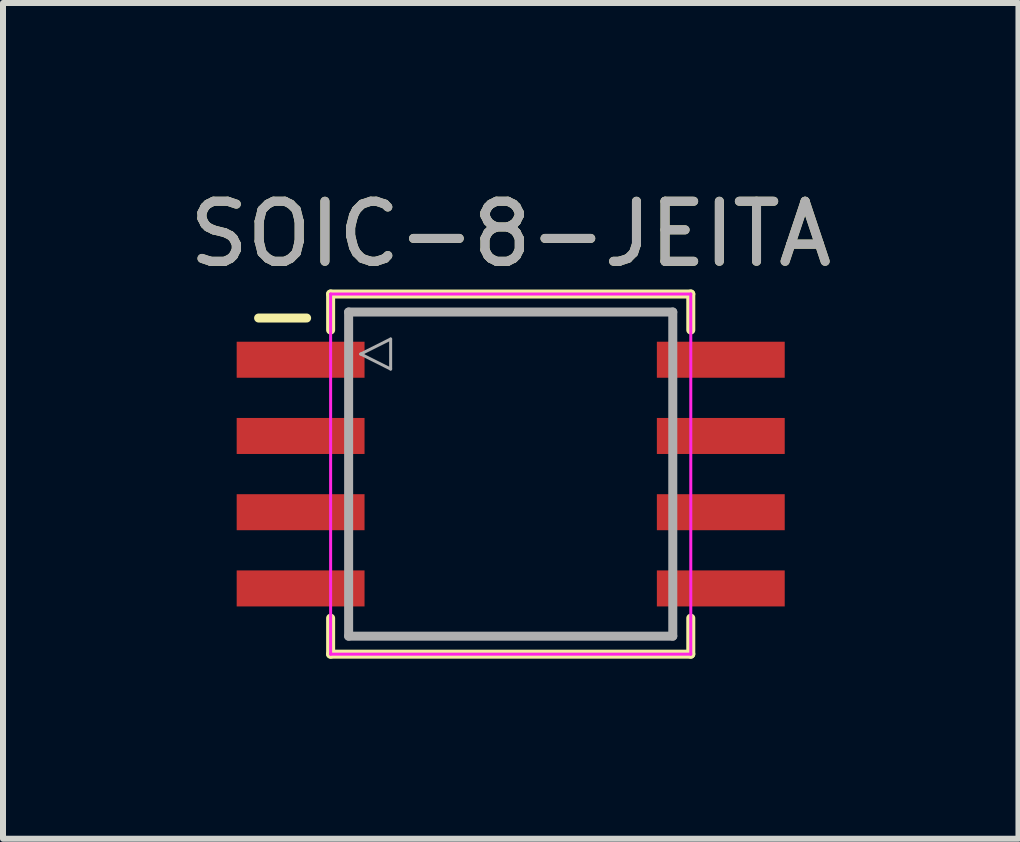
<source format=kicad_pcb>
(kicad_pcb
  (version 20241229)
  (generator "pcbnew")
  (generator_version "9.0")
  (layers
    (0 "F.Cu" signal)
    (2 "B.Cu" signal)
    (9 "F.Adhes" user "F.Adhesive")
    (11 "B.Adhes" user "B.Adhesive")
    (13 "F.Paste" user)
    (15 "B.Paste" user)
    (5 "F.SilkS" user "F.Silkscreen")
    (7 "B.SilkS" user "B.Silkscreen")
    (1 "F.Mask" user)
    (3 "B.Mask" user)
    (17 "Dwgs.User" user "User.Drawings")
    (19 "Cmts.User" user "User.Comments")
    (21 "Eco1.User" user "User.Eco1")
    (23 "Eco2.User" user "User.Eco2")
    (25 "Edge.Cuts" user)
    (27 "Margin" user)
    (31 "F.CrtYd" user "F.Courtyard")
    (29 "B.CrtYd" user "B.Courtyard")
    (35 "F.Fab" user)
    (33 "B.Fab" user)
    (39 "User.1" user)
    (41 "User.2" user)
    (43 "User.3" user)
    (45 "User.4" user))
  (footprint "SOIC-8-JEITA"
    (layer "F.Cu")
    (at 5.458 4.848)
    (property "Reference" "SOIC-8-JEITA" (at 0 -4 0) (layer "F.SilkS") (effects (font (size 1 1) (thickness 0.15))))
    (attr smd)
    (fp_line (start -3.4 -2.6) (end -4.2 -2.6) (stroke (width 0.15) (type solid)) (layer "F.SilkS"))
    (fp_line (start -3 -3) (end -3 -2.4) (stroke (width 0.15) (type solid)) (layer "F.SilkS"))
    (fp_line (start -3 -3) (end 3 -3) (stroke (width 0.15) (type solid)) (layer "F.SilkS"))
    (fp_line (start -3 3) (end -3 2.4) (stroke (width 0.15) (type solid)) (layer "F.SilkS"))
    (fp_line (start -3 3) (end 3 3) (stroke (width 0.15) (type solid)) (layer "F.SilkS"))
    (fp_line (start 3 -3) (end 3 -2.4) (stroke (width 0.15) (type solid)) (layer "F.SilkS"))
    (fp_line (start 3 2.4) (end 3 3) (stroke (width 0.15) (type solid)) (layer "F.SilkS"))
    (fp_line (start -3 -3) (end -3 3) (stroke (width 0.05) (type solid)) (layer "F.CrtYd"))
    (fp_line (start -3 -3) (end 3 -3) (stroke (width 0.05) (type solid)) (layer "F.CrtYd"))
    (fp_line (start -3 3) (end 3 3) (stroke (width 0.05) (type solid)) (layer "F.CrtYd"))
    (fp_line (start 3 -3) (end 3 3) (stroke (width 0.05) (type solid)) (layer "F.CrtYd"))
    (fp_line (start -2.7 -2.7) (end -2.7 2.7) (stroke (width 0.15) (type solid)) (layer "F.Fab"))
    (fp_line (start -2.7 2.7) (end 2.7 2.7) (stroke (width 0.15) (type solid)) (layer "F.Fab"))
    (fp_line (start -2.5 -2) (end -2 -2.25) (stroke (width 0.05) (type solid)) (layer "F.Fab"))
    (fp_line (start -2 -2.25) (end -2 -1.75) (stroke (width 0.05) (type solid)) (layer "F.Fab"))
    (fp_line (start -2 -1.75) (end -2.5 -2) (stroke (width 0.05) (type solid)) (layer "F.Fab"))
    (fp_line (start 2.7 -2.7) (end -2.7 -2.7) (stroke (width 0.15) (type solid)) (layer "F.Fab"))
    (fp_line (start 2.7 2.7) (end 2.7 -2.7) (stroke (width 0.15) (type solid)) (layer "F.Fab"))
    (fp_text user "${REFERENCE}" (at 0 -4 0) (layer "F.Fab") (effects (font (size 1 1) (thickness 0.15))))
    (pad "1" smd rect (at -3.5 -1.905) (size 2.13 0.6) (layers "F.Cu" "F.Mask" "F.Paste"))
    (pad "2" smd rect (at -3.5 -0.635) (size 2.13 0.6) (layers "F.Cu" "F.Mask" "F.Paste"))
    (pad "3" smd rect (at -3.5 0.635) (size 2.13 0.6) (layers "F.Cu" "F.Mask" "F.Paste"))
    (pad "4" smd rect (at -3.5 1.905) (size 2.13 0.6) (layers "F.Cu" "F.Mask" "F.Paste"))
    (pad "5" smd rect (at 3.5 1.905) (size 2.13 0.6) (layers "F.Cu" "F.Mask" "F.Paste"))
    (pad "6" smd rect (at 3.5 0.635) (size 2.13 0.6) (layers "F.Cu" "F.Mask" "F.Paste"))
    (pad "7" smd rect (at 3.5 -0.635) (size 2.13 0.6) (layers "F.Cu" "F.Mask" "F.Paste"))
    (pad "8" smd rect (at 3.5 -1.905) (size 2.13 0.6) (layers "F.Cu" "F.Mask" "F.Paste")))
  (gr_rect
    (start -3 -3)
    (end 13.917 10.923)
    (stroke (width 0.1) (type default))
    (fill no)
    (layer "Edge.Cuts")))
</source>
